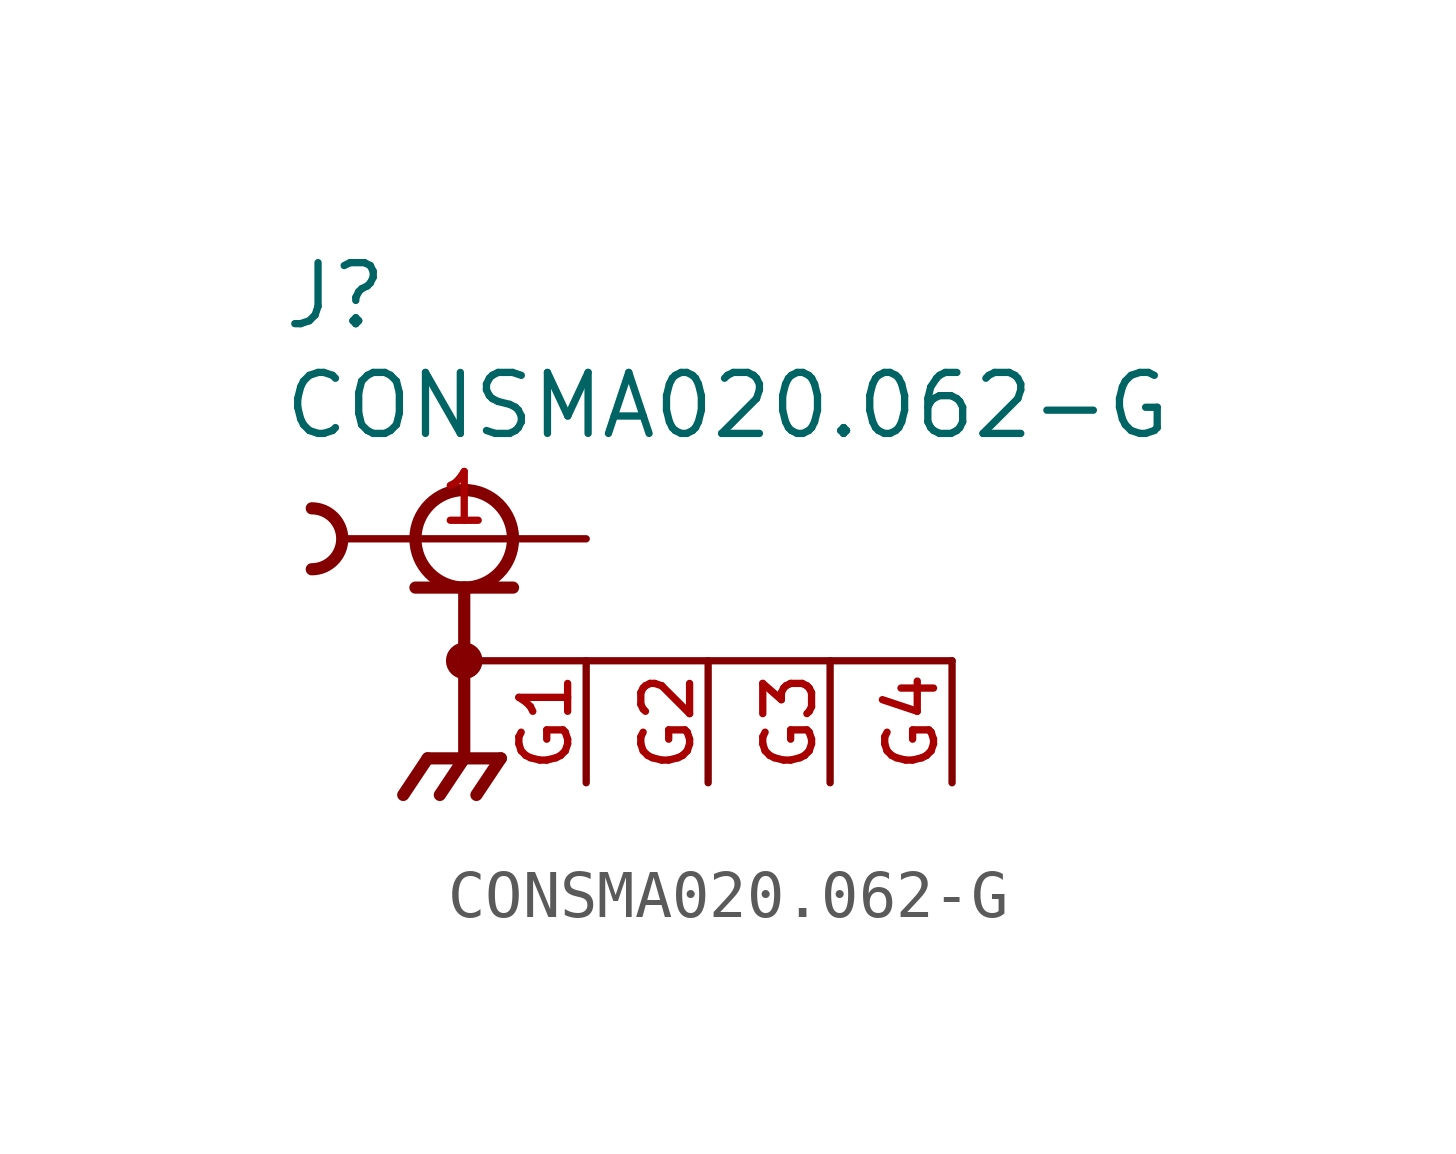
<source format=kicad_sym>
(kicad_symbol_lib
  (version 20211014)
  (generator kicad_symbol_editor)
  (symbol "CONSMA020.062-G"
    (pin_names
      (offset 1.016))
    (property "Reference" "J"
      (at -3.81 4.318 0)
      (effects (font (size 1.27 1.27)) (justify bottom left)))
    (property "Value" "CONSMA020.062-G"
      (at -3.81 2.032 0)
      (effects (font (size 1.27 1.27)) (justify bottom left)))
    (symbol "CONSMA020.062-G_0_0"
      (circle (center 0.0 0.0) (radius 1.016) (stroke (width 0.254)) (fill (type none)))
      (polyline (pts (xy -1.016 -1.016) (xy 0.0 -1.016)) (stroke (width 0.254)))
      (polyline (pts (xy 0.0 -1.016) (xy 1.016 -1.016)) (stroke (width 0.254)))
      (polyline (pts (xy 0.0 -1.016) (xy 0.0 -2.54)) (stroke (width 0.254)))
      (circle (center 0.0 -2.54) (radius 0.254) (stroke (width 0.254)) (fill (type none)))
      (polyline (pts (xy 0.0 -2.54) (xy 0.0 -4.572)) (stroke (width 0.254)))
      (polyline (pts (xy 0.0 -4.572) (xy -0.762 -4.572)) (stroke (width 0.254)))
      (polyline (pts (xy 0.0 -4.572) (xy 0.762 -4.572)) (stroke (width 0.254)))
      (polyline (pts (xy -0.762 -4.572) (xy -1.27 -5.334)) (stroke (width 0.254)))
      (polyline (pts (xy 0.0 -4.572) (xy -0.508 -5.334)) (stroke (width 0.254)))
      (polyline (pts (xy 0.762 -4.572) (xy 0.254 -5.334)) (stroke (width 0.254)))
      (arc (start -3.175 0.635) (mid -2.54 -0.0) (end -3.175 -0.635) (stroke (width 0.254) (type default) (color 0 0 0 0)) (fill (type none)))
      (polyline (pts (xy 0.0 -2.54) (xy 10.16 -2.54)) (stroke (width 0.152)))
      (pin passive line (at 2.54 0.0 180.0) (length 5.08) (name "~" (effects (font (size 1.016 1.016)))) (number "1" (effects (font (size 1.016 1.016)))))
      (pin power_in line (at 2.54 -5.08 90.0) (length 2.54) (name "~" (effects (font (size 1.016 1.016)))) (number "G1" (effects (font (size 1.016 1.016)))))
      (pin power_in line (at 5.08 -5.08 90.0) (length 2.54) (name "~" (effects (font (size 1.016 1.016)))) (number "G2" (effects (font (size 1.016 1.016)))))
      (pin power_in line (at 7.62 -5.08 90.0) (length 2.54) (name "~" (effects (font (size 1.016 1.016)))) (number "G3" (effects (font (size 1.016 1.016)))))
      (pin power_in line (at 10.16 -5.08 90.0) (length 2.54) (name "~" (effects (font (size 1.016 1.016)))) (number "G4" (effects (font (size 1.016 1.016))))))))
</source>
